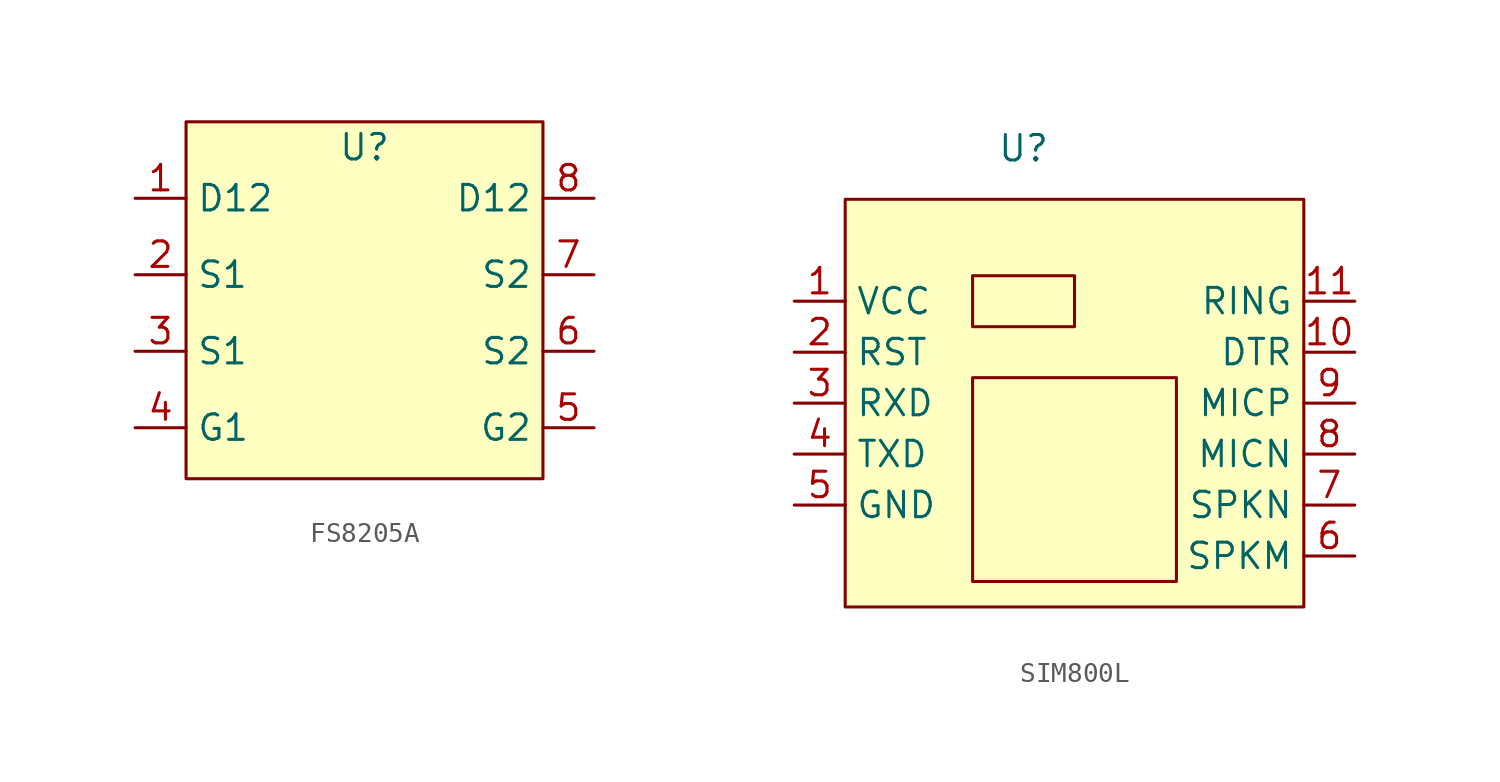
<source format=kicad_sym>
(kicad_symbol_lib
  (version 20220914)
  (generator kicad_symbol_editor)
  (symbol "FS8205A"
    (property "Reference" "U"
      (at 8.89 -1.27 0)
      (effects (font (size 1.27 1.27))))
    (property "Value" ""
      (at 6.35 0 0)
      (effects (font (size 1.27 1.27))))
    (symbol "FS8205A_1_1"
      (polyline (pts (xy 0 0) (xy 0 -17.78) (xy 17.78 -17.78) (xy 17.78 0) (xy 0 0)) (stroke (width 0) (type default)) (fill (type background)))
      (pin input line (at -2.54 -3.81 0) (length 2.54) (name "D12" (effects (font (size 1.27 1.27)))) (number "1" (effects (font (size 1.27 1.27)))))
      (pin input line (at -2.54 -7.62 0) (length 2.54) (name "S1" (effects (font (size 1.27 1.27)))) (number "2" (effects (font (size 1.27 1.27)))))
      (pin input line (at -2.54 -11.43 0) (length 2.54) (name "S1" (effects (font (size 1.27 1.27)))) (number "3" (effects (font (size 1.27 1.27)))))
      (pin input line (at -2.54 -15.24 0) (length 2.54) (name "G1" (effects (font (size 1.27 1.27)))) (number "4" (effects (font (size 1.27 1.27)))))
      (pin input line (at 20.32 -15.24 180) (length 2.54) (name "G2" (effects (font (size 1.27 1.27)))) (number "5" (effects (font (size 1.27 1.27)))))
      (pin input line (at 20.32 -11.43 180) (length 2.54) (name "S2" (effects (font (size 1.27 1.27)))) (number "6" (effects (font (size 1.27 1.27)))))
      (pin input line (at 20.32 -7.62 180) (length 2.54) (name "S2" (effects (font (size 1.27 1.27)))) (number "7" (effects (font (size 1.27 1.27)))))
      (pin input line (at 20.32 -3.81 180) (length 2.54) (name "D12" (effects (font (size 1.27 1.27)))) (number "8" (effects (font (size 1.27 1.27)))))))
  (symbol "SIM800L"
    (property "Reference" "U"
      (at 1.27 7.62 0)
      (effects (font (size 1.27 1.27))))
    (property "Value" ""
      (at -3.81 6.35 0)
      (effects (font (size 1.27 1.27))))
    (symbol "SIM800L_1_1"
      (rectangle (start -1.27 -3.81) (end 8.89 -13.97) (stroke (width 0) (type default)) (fill (type none)))
      (rectangle (start -1.27 1.27) (end 3.81 -1.27) (stroke (width 0) (type default)) (fill (type none)))
      (polyline (pts (xy -7.62 5.08) (xy -7.62 -15.24) (xy 15.24 -15.24) (xy 15.24 5.08) (xy -7.62 5.08)) (stroke (width 0) (type default)) (fill (type background)))
      (pin input line (at -10.16 0 0) (length 2.54) (name "VCC" (effects (font (size 1.27 1.27)))) (number "1" (effects (font (size 1.27 1.27)))))
      (pin input line (at 17.78 -2.54 180) (length 2.54) (name "DTR" (effects (font (size 1.27 1.27)))) (number "10" (effects (font (size 1.27 1.27)))))
      (pin input line (at 17.78 0 180) (length 2.54) (name "RING" (effects (font (size 1.27 1.27)))) (number "11" (effects (font (size 1.27 1.27)))))
      (pin input line (at -10.16 -2.54 0) (length 2.54) (name "RST" (effects (font (size 1.27 1.27)))) (number "2" (effects (font (size 1.27 1.27)))))
      (pin input line (at -10.16 -5.08 0) (length 2.54) (name "RXD" (effects (font (size 1.27 1.27)))) (number "3" (effects (font (size 1.27 1.27)))))
      (pin input line (at -10.16 -7.62 0) (length 2.54) (name "TXD" (effects (font (size 1.27 1.27)))) (number "4" (effects (font (size 1.27 1.27)))))
      (pin input line (at -10.16 -10.16 0) (length 2.54) (name "GND" (effects (font (size 1.27 1.27)))) (number "5" (effects (font (size 1.27 1.27)))))
      (pin input line (at 17.78 -12.7 180) (length 2.54) (name "SPKM" (effects (font (size 1.27 1.27)))) (number "6" (effects (font (size 1.27 1.27)))))
      (pin input line (at 17.78 -10.16 180) (length 2.54) (name "SPKN" (effects (font (size 1.27 1.27)))) (number "7" (effects (font (size 1.27 1.27)))))
      (pin input line (at 17.78 -7.62 180) (length 2.54) (name "MICN" (effects (font (size 1.27 1.27)))) (number "8" (effects (font (size 1.27 1.27)))))
      (pin input line (at 17.78 -5.08 180) (length 2.54) (name "MICP" (effects (font (size 1.27 1.27)))) (number "9" (effects (font (size 1.27 1.27))))))))
</source>
